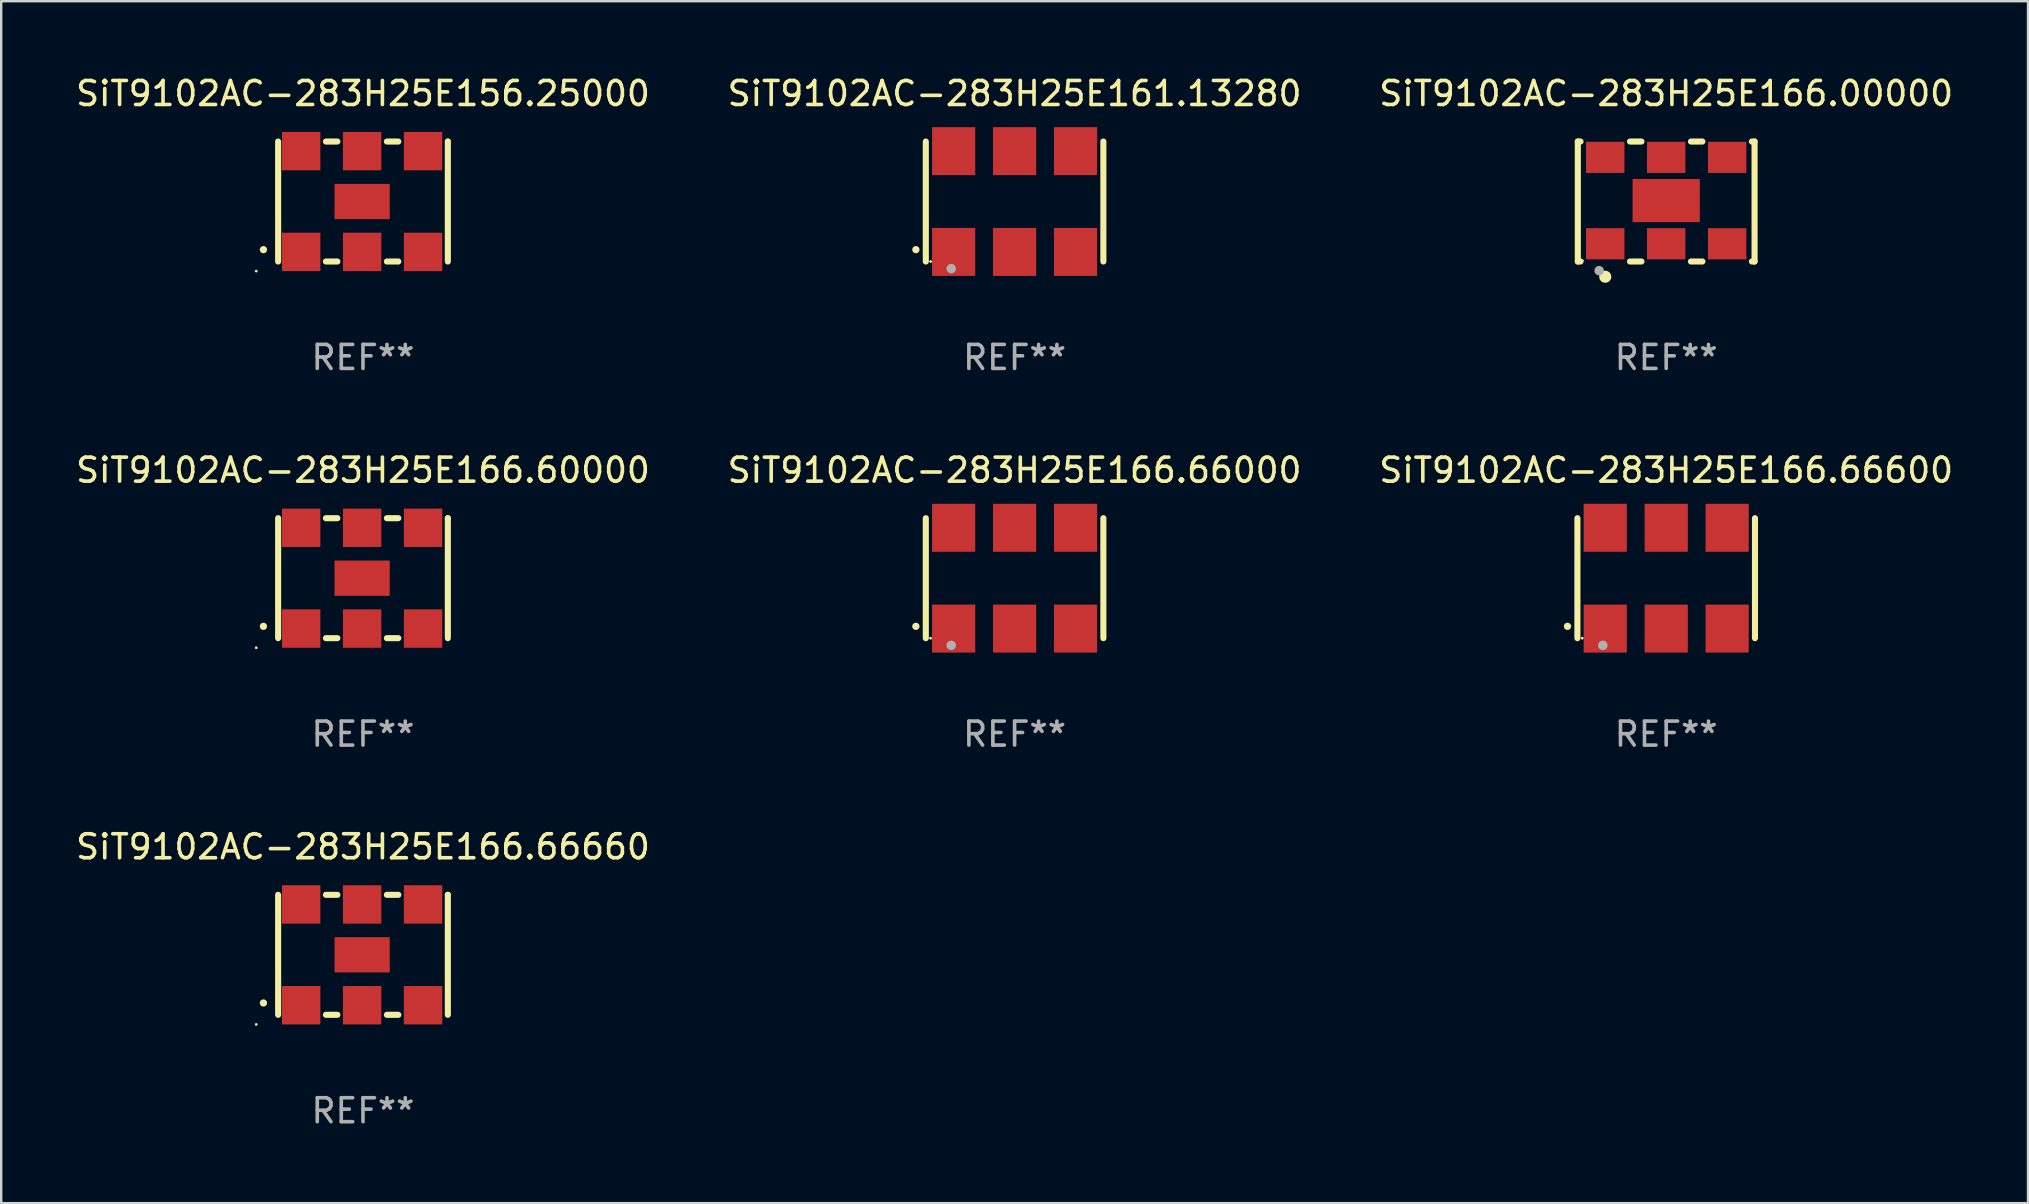
<source format=kicad_pcb>
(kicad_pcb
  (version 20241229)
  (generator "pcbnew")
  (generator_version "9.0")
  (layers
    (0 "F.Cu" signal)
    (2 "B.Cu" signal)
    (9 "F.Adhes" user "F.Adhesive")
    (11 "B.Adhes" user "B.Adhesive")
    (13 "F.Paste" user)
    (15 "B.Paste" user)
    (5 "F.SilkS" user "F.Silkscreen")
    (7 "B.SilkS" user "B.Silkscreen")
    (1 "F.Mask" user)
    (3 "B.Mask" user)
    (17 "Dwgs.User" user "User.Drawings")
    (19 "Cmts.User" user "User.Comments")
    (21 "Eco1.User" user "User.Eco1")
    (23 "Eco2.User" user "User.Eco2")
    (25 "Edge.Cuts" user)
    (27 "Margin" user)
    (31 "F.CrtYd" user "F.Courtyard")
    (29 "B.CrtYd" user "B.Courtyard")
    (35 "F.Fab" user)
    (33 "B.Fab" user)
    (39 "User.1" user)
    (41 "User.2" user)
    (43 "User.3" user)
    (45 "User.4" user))
  (footprint "SiT9102AC-283H25E166.66660"
    (layer "F.Cu")
    (at 12.077 36.741)
    (property "Reference" "SiT9102AC-283H25E166.66660" (at 0 -4.5 0) (layer "F.SilkS") (effects (font (size 1 1) (thickness 0.15))))
    (attr through_hole)
    (fp_line (start -3.536 -2.5) (end -3.536 2.5) (stroke (width 0.254) (type solid)) (layer "F.SilkS"))
    (fp_line (start -1.544 2.5) (end -1.067 2.5) (stroke (width 0.254) (type solid)) (layer "F.SilkS"))
    (fp_line (start -1.067 -2.5) (end -1.544 -2.5) (stroke (width 0.254) (type solid)) (layer "F.SilkS"))
    (fp_line (start 0.996 2.5) (end 1.473 2.5) (stroke (width 0.254) (type solid)) (layer "F.SilkS"))
    (fp_line (start 1.473 -2.5) (end 0.996 -2.5) (stroke (width 0.254) (type solid)) (layer "F.SilkS"))
    (fp_line (start 3.536 -2.5) (end 3.536 -2.5) (stroke (width 0.254) (type solid)) (layer "F.SilkS"))
    (fp_line (start 3.536 2.5) (end 3.536 -2.5) (stroke (width 0.254) (type solid)) (layer "F.SilkS"))
    (fp_arc (start -4.150432 2.006604) (mid -4.149162 2.006599) (end -4.147892 2.006604) (stroke (width 0.3) (type solid)) (layer "F.SilkS"))
    (fp_circle (center -4.449 2.9) (end -4.419 2.9) (stroke (width 0.06) (type solid)) (fill no) (layer "F.SilkS"))
    (fp_text user "REF**" (at 0 6.5 0) (layer "F.Fab") (effects (font (size 1 1) (thickness 0.15))))
    (pad "1" smd rect (at -2.576 2.1) (size 1.6 1.6) (layers "F.Cu" "F.Mask" "F.Paste"))
    (pad "2" smd rect (at -0.036 2.1) (size 1.6 1.6) (layers "F.Cu" "F.Mask" "F.Paste"))
    (pad "3" smd rect (at 2.504 2.1) (size 1.6 1.6) (layers "F.Cu" "F.Mask" "F.Paste"))
    (pad "4" smd rect (at 2.504 -2.1) (size 1.6 1.6) (layers "F.Cu" "F.Mask" "F.Paste"))
    (pad "5" smd rect (at -0.036 -2.1) (size 1.6 1.6) (layers "F.Cu" "F.Mask" "F.Paste"))
    (pad "6" smd rect (at -2.576 -2.1) (size 1.6 1.6) (layers "F.Cu" "F.Mask" "F.Paste"))
    (pad "7" smd rect (at -0.036 0) (size 2.3 1.47) (layers "F.Cu" "F.Mask" "F.Paste")))
  (footprint "SiT9102AC-283H25E166.66600"
    (layer "F.Cu")
    (at 66.387 21.045)
    (property "Reference" "SiT9102AC-283H25E166.66600" (at 0 -4.5 0) (layer "F.SilkS") (effects (font (size 1 1) (thickness 0.15))))
    (attr through_hole)
    (fp_line (start -3.7 -2.5) (end -3.7 2.5) (stroke (width 0.254) (type solid)) (layer "F.SilkS"))
    (fp_line (start 3.7 -2.5) (end 3.7 2.5) (stroke (width 0.254) (type solid)) (layer "F.SilkS"))
    (fp_arc (start -4.114415 2.006604) (mid -4.113145 2.006599) (end -4.111875 2.006604) (stroke (width 0.3) (type solid)) (layer "F.SilkS"))
    (fp_circle (center -3.5 2.501) (end -3.47 2.501) (stroke (width 0.06) (type solid)) (fill no) (layer "F.SilkS"))
    (fp_circle (center -2.641 2.799) (end -2.541 2.799) (stroke (width 0.2) (type solid)) (fill no) (layer "F.Fab"))
    (fp_text user "REF**" (at 0 6.5 0) (layer "F.Fab") (effects (font (size 1 1) (thickness 0.15))))
    (pad "1" smd rect (at -2.54 2.1) (size 1.8 2) (layers "F.Cu" "F.Mask" "F.Paste"))
    (pad "2" smd rect (at 0.000394 2.1) (size 1.8 2) (layers "F.Cu" "F.Mask" "F.Paste"))
    (pad "3" smd rect (at 2.54 2.1) (size 1.8 2) (layers "F.Cu" "F.Mask" "F.Paste"))
    (pad "4" smd rect (at 2.54 -2.1) (size 1.8 2) (layers "F.Cu" "F.Mask" "F.Paste"))
    (pad "5" smd rect (at 0.000394 -2.1) (size 1.8 2) (layers "F.Cu" "F.Mask" "F.Paste"))
    (pad "6" smd rect (at -2.54 -2.1) (size 1.8 2) (layers "F.Cu" "F.Mask" "F.Paste")))
  (footprint "SiT9102AC-283H25E156.25000"
    (layer "F.Cu")
    (at 12.077 5.348)
    (property "Reference" "SiT9102AC-283H25E156.25000" (at 0 -4.5 0) (layer "F.SilkS") (effects (font (size 1 1) (thickness 0.15))))
    (attr through_hole)
    (fp_line (start -3.536 -2.5) (end -3.536 2.5) (stroke (width 0.254) (type solid)) (layer "F.SilkS"))
    (fp_line (start -1.544 2.5) (end -1.067 2.5) (stroke (width 0.254) (type solid)) (layer "F.SilkS"))
    (fp_line (start -1.067 -2.5) (end -1.544 -2.5) (stroke (width 0.254) (type solid)) (layer "F.SilkS"))
    (fp_line (start 0.996 2.5) (end 1.473 2.5) (stroke (width 0.254) (type solid)) (layer "F.SilkS"))
    (fp_line (start 1.473 -2.5) (end 0.996 -2.5) (stroke (width 0.254) (type solid)) (layer "F.SilkS"))
    (fp_line (start 3.536 -2.5) (end 3.536 -2.5) (stroke (width 0.254) (type solid)) (layer "F.SilkS"))
    (fp_line (start 3.536 2.5) (end 3.536 -2.5) (stroke (width 0.254) (type solid)) (layer "F.SilkS"))
    (fp_arc (start -4.150432 2.006604) (mid -4.149162 2.006599) (end -4.147892 2.006604) (stroke (width 0.3) (type solid)) (layer "F.SilkS"))
    (fp_circle (center -4.449 2.9) (end -4.419 2.9) (stroke (width 0.06) (type solid)) (fill no) (layer "F.SilkS"))
    (fp_text user "REF**" (at 0 6.5 0) (layer "F.Fab") (effects (font (size 1 1) (thickness 0.15))))
    (pad "1" smd rect (at -2.576 2.1) (size 1.6 1.6) (layers "F.Cu" "F.Mask" "F.Paste"))
    (pad "2" smd rect (at -0.036 2.1) (size 1.6 1.6) (layers "F.Cu" "F.Mask" "F.Paste"))
    (pad "3" smd rect (at 2.504 2.1) (size 1.6 1.6) (layers "F.Cu" "F.Mask" "F.Paste"))
    (pad "4" smd rect (at 2.504 -2.1) (size 1.6 1.6) (layers "F.Cu" "F.Mask" "F.Paste"))
    (pad "5" smd rect (at -0.036 -2.1) (size 1.6 1.6) (layers "F.Cu" "F.Mask" "F.Paste"))
    (pad "6" smd rect (at -2.576 -2.1) (size 1.6 1.6) (layers "F.Cu" "F.Mask" "F.Paste"))
    (pad "7" smd rect (at -0.036 0) (size 2.3 1.47) (layers "F.Cu" "F.Mask" "F.Paste")))
  (footprint "SiT9102AC-283H25E166.00000"
    (layer "F.Cu")
    (at 66.387 5.348)
    (property "Reference" "SiT9102AC-283H25E166.00000" (at 0 -4.5 0) (layer "F.SilkS") (effects (font (size 1 1) (thickness 0.15))))
    (attr through_hole)
    (fp_line (start -3.683 -2.5) (end -3.571 -2.5) (stroke (width 0.254) (type solid)) (layer "F.SilkS"))
    (fp_line (start -3.683 2.5) (end -3.683 -2.5) (stroke (width 0.254) (type solid)) (layer "F.SilkS"))
    (fp_line (start -3.683 2.5) (end -3.571 2.5) (stroke (width 0.254) (type solid)) (layer "F.SilkS"))
    (fp_line (start -1.509 -2.5) (end -1.031 -2.5) (stroke (width 0.254) (type solid)) (layer "F.SilkS"))
    (fp_line (start -1.509 2.5) (end -1.031 2.5) (stroke (width 0.254) (type solid)) (layer "F.SilkS"))
    (fp_line (start 1.031 -2.5) (end 1.509 -2.5) (stroke (width 0.254) (type solid)) (layer "F.SilkS"))
    (fp_line (start 1.031 2.5) (end 1.509 2.5) (stroke (width 0.254) (type solid)) (layer "F.SilkS"))
    (fp_line (start 3.571 -2.5) (end 3.683 -2.5) (stroke (width 0.254) (type solid)) (layer "F.SilkS"))
    (fp_line (start 3.571 2.5) (end 3.683 2.5) (stroke (width 0.254) (type solid)) (layer "F.SilkS"))
    (fp_line (start 3.683 2.5) (end 3.683 -2.5) (stroke (width 0.254) (type solid)) (layer "F.SilkS"))
    (fp_circle (center -3.5 2.46) (end -3.47 2.46) (stroke (width 0.06) (type solid)) (fill no) (layer "F.SilkS"))
    (fp_circle (center -2.54 3.135) (end -2.413 3.135) (stroke (width 0.254) (type solid)) (fill no) (layer "F.SilkS"))
    (fp_circle (center -2.794 2.881) (end -2.694 2.881) (stroke (width 0.2) (type solid)) (fill no) (layer "F.Fab"))
    (fp_text user "REF**" (at 0 6.5 0) (layer "F.Fab") (effects (font (size 1 1) (thickness 0.15))))
    (pad "1" smd rect (at -2.54 1.76) (size 1.6 1.3) (layers "F.Cu" "F.Mask" "F.Paste"))
    (pad "2" smd rect (at 0 1.76) (size 1.6 1.3) (layers "F.Cu" "F.Mask" "F.Paste"))
    (pad "3" smd rect (at 2.54 1.76) (size 1.6 1.3) (layers "F.Cu" "F.Mask" "F.Paste"))
    (pad "4" smd rect (at 2.54 -1.84) (size 1.6 1.3) (layers "F.Cu" "F.Mask" "F.Paste"))
    (pad "5" smd rect (at 0 -1.84) (size 1.6 1.3) (layers "F.Cu" "F.Mask" "F.Paste"))
    (pad "6" smd rect (at -2.54 -1.84) (size 1.6 1.3) (layers "F.Cu" "F.Mask" "F.Paste"))
    (pad "7" smd rect (at 0 -0.04) (size 2.8 1.8) (layers "F.Cu" "F.Mask" "F.Paste")))
  (footprint "SiT9102AC-283H25E166.60000"
    (layer "F.Cu")
    (at 12.077 21.045)
    (property "Reference" "SiT9102AC-283H25E166.60000" (at 0 -4.5 0) (layer "F.SilkS") (effects (font (size 1 1) (thickness 0.15))))
    (attr through_hole)
    (fp_line (start -3.536 -2.5) (end -3.536 2.5) (stroke (width 0.254) (type solid)) (layer "F.SilkS"))
    (fp_line (start -1.544 2.5) (end -1.067 2.5) (stroke (width 0.254) (type solid)) (layer "F.SilkS"))
    (fp_line (start -1.067 -2.5) (end -1.544 -2.5) (stroke (width 0.254) (type solid)) (layer "F.SilkS"))
    (fp_line (start 0.996 2.5) (end 1.473 2.5) (stroke (width 0.254) (type solid)) (layer "F.SilkS"))
    (fp_line (start 1.473 -2.5) (end 0.996 -2.5) (stroke (width 0.254) (type solid)) (layer "F.SilkS"))
    (fp_line (start 3.536 -2.5) (end 3.536 -2.5) (stroke (width 0.254) (type solid)) (layer "F.SilkS"))
    (fp_line (start 3.536 2.5) (end 3.536 -2.5) (stroke (width 0.254) (type solid)) (layer "F.SilkS"))
    (fp_arc (start -4.150432 2.006604) (mid -4.149162 2.006599) (end -4.147892 2.006604) (stroke (width 0.3) (type solid)) (layer "F.SilkS"))
    (fp_circle (center -4.449 2.9) (end -4.419 2.9) (stroke (width 0.06) (type solid)) (fill no) (layer "F.SilkS"))
    (fp_text user "REF**" (at 0 6.5 0) (layer "F.Fab") (effects (font (size 1 1) (thickness 0.15))))
    (pad "1" smd rect (at -2.576 2.1) (size 1.6 1.6) (layers "F.Cu" "F.Mask" "F.Paste"))
    (pad "2" smd rect (at -0.036 2.1) (size 1.6 1.6) (layers "F.Cu" "F.Mask" "F.Paste"))
    (pad "3" smd rect (at 2.504 2.1) (size 1.6 1.6) (layers "F.Cu" "F.Mask" "F.Paste"))
    (pad "4" smd rect (at 2.504 -2.1) (size 1.6 1.6) (layers "F.Cu" "F.Mask" "F.Paste"))
    (pad "5" smd rect (at -0.036 -2.1) (size 1.6 1.6) (layers "F.Cu" "F.Mask" "F.Paste"))
    (pad "6" smd rect (at -2.576 -2.1) (size 1.6 1.6) (layers "F.Cu" "F.Mask" "F.Paste"))
    (pad "7" smd rect (at -0.036 0) (size 2.3 1.47) (layers "F.Cu" "F.Mask" "F.Paste")))
  (footprint "SiT9102AC-283H25E166.66000"
    (layer "F.Cu")
    (at 39.232 21.045)
    (property "Reference" "SiT9102AC-283H25E166.66000" (at 0 -4.5 0) (layer "F.SilkS") (effects (font (size 1 1) (thickness 0.15))))
    (attr through_hole)
    (fp_line (start -3.7 -2.5) (end -3.7 2.5) (stroke (width 0.254) (type solid)) (layer "F.SilkS"))
    (fp_line (start 3.7 -2.5) (end 3.7 2.5) (stroke (width 0.254) (type solid)) (layer "F.SilkS"))
    (fp_arc (start -4.114415 2.006604) (mid -4.113145 2.006599) (end -4.111875 2.006604) (stroke (width 0.3) (type solid)) (layer "F.SilkS"))
    (fp_circle (center -3.5 2.501) (end -3.47 2.501) (stroke (width 0.06) (type solid)) (fill no) (layer "F.SilkS"))
    (fp_circle (center -2.641 2.799) (end -2.541 2.799) (stroke (width 0.2) (type solid)) (fill no) (layer "F.Fab"))
    (fp_text user "REF**" (at 0 6.5 0) (layer "F.Fab") (effects (font (size 1 1) (thickness 0.15))))
    (pad "1" smd rect (at -2.54 2.1) (size 1.8 2) (layers "F.Cu" "F.Mask" "F.Paste"))
    (pad "2" smd rect (at 0.000394 2.1) (size 1.8 2) (layers "F.Cu" "F.Mask" "F.Paste"))
    (pad "3" smd rect (at 2.54 2.1) (size 1.8 2) (layers "F.Cu" "F.Mask" "F.Paste"))
    (pad "4" smd rect (at 2.54 -2.1) (size 1.8 2) (layers "F.Cu" "F.Mask" "F.Paste"))
    (pad "5" smd rect (at 0.000394 -2.1) (size 1.8 2) (layers "F.Cu" "F.Mask" "F.Paste"))
    (pad "6" smd rect (at -2.54 -2.1) (size 1.8 2) (layers "F.Cu" "F.Mask" "F.Paste")))
  (footprint "SiT9102AC-283H25E161.13280"
    (layer "F.Cu")
    (at 39.232 5.348)
    (property "Reference" "SiT9102AC-283H25E161.13280" (at 0 -4.5 0) (layer "F.SilkS") (effects (font (size 1 1) (thickness 0.15))))
    (attr through_hole)
    (fp_line (start -3.7 -2.5) (end -3.7 2.5) (stroke (width 0.254) (type solid)) (layer "F.SilkS"))
    (fp_line (start 3.7 -2.5) (end 3.7 2.5) (stroke (width 0.254) (type solid)) (layer "F.SilkS"))
    (fp_arc (start -4.114415 2.006604) (mid -4.113145 2.006599) (end -4.111875 2.006604) (stroke (width 0.3) (type solid)) (layer "F.SilkS"))
    (fp_circle (center -3.5 2.501) (end -3.47 2.501) (stroke (width 0.06) (type solid)) (fill no) (layer "F.SilkS"))
    (fp_circle (center -2.641 2.799) (end -2.541 2.799) (stroke (width 0.2) (type solid)) (fill no) (layer "F.Fab"))
    (fp_text user "REF**" (at 0 6.5 0) (layer "F.Fab") (effects (font (size 1 1) (thickness 0.15))))
    (pad "1" smd rect (at -2.54 2.1) (size 1.8 2) (layers "F.Cu" "F.Mask" "F.Paste"))
    (pad "2" smd rect (at 0.000394 2.1) (size 1.8 2) (layers "F.Cu" "F.Mask" "F.Paste"))
    (pad "3" smd rect (at 2.54 2.1) (size 1.8 2) (layers "F.Cu" "F.Mask" "F.Paste"))
    (pad "4" smd rect (at 2.54 -2.1) (size 1.8 2) (layers "F.Cu" "F.Mask" "F.Paste"))
    (pad "5" smd rect (at 0.000394 -2.1) (size 1.8 2) (layers "F.Cu" "F.Mask" "F.Paste"))
    (pad "6" smd rect (at -2.54 -2.1) (size 1.8 2) (layers "F.Cu" "F.Mask" "F.Paste")))
  (gr_rect
    (start -3 -3)
    (end 81.464 47.09)
    (stroke (width 0.1) (type default))
    (fill no)
    (layer "Edge.Cuts")))
</source>
